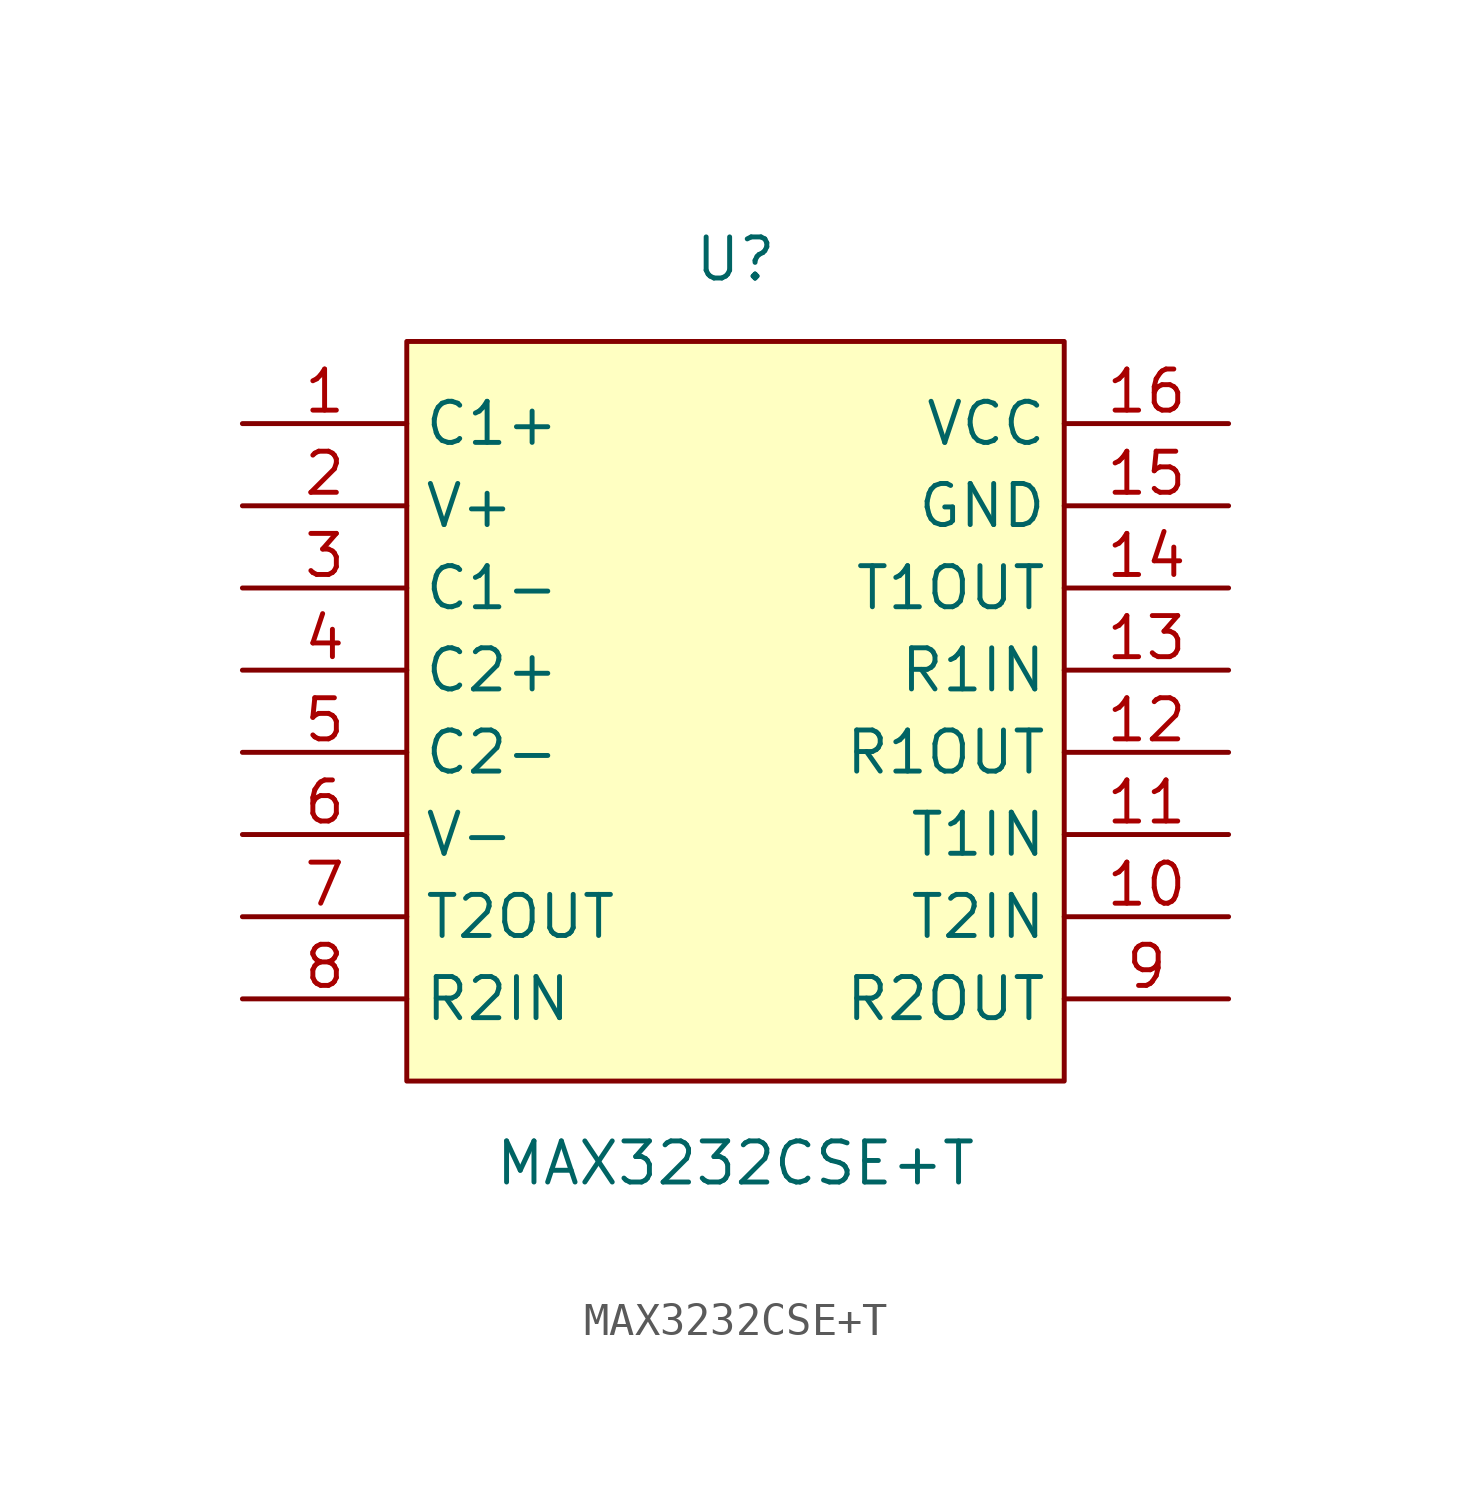
<source format=kicad_sym>
(kicad_symbol_lib
  (version 20241209)
  (generator "kicad_symbol_editor")
  (generator_version "9.0")
  (symbol "MAX3232CSE+T"
    (property "Reference" "U"
      (at 0 13.97 0)
      (effects (font (size 1.27 1.27))))
    (property "Value" "MAX3232CSE+T"
      (at 0 -13.97 0)
      (effects (font (size 1.27 1.27))))
    (symbol "MAX3232CSE+T_0_1"
      (rectangle (start -10.16 11.43) (end 10.16 -11.43) (stroke (width 0) (type default)) (fill (type background)))
      (pin unspecified line (at -15.24 8.89 0) (length 5.08) (name "C1+" (effects (font (size 1.27 1.27)))) (number "1" (effects (font (size 1.27 1.27)))))
      (pin unspecified line (at -15.24 6.35 0) (length 5.08) (name "V+" (effects (font (size 1.27 1.27)))) (number "2" (effects (font (size 1.27 1.27)))))
      (pin unspecified line (at -15.24 3.81 0) (length 5.08) (name "C1-" (effects (font (size 1.27 1.27)))) (number "3" (effects (font (size 1.27 1.27)))))
      (pin unspecified line (at -15.24 1.27 0) (length 5.08) (name "C2+" (effects (font (size 1.27 1.27)))) (number "4" (effects (font (size 1.27 1.27)))))
      (pin unspecified line (at -15.24 -1.27 0) (length 5.08) (name "C2-" (effects (font (size 1.27 1.27)))) (number "5" (effects (font (size 1.27 1.27)))))
      (pin unspecified line (at -15.24 -3.81 0) (length 5.08) (name "V-" (effects (font (size 1.27 1.27)))) (number "6" (effects (font (size 1.27 1.27)))))
      (pin unspecified line (at -15.24 -6.35 0) (length 5.08) (name "T2OUT" (effects (font (size 1.27 1.27)))) (number "7" (effects (font (size 1.27 1.27)))))
      (pin unspecified line (at -15.24 -8.89 0) (length 5.08) (name "R2IN" (effects (font (size 1.27 1.27)))) (number "8" (effects (font (size 1.27 1.27)))))
      (pin unspecified line (at 15.24 8.89 180) (length 5.08) (name "VCC" (effects (font (size 1.27 1.27)))) (number "16" (effects (font (size 1.27 1.27)))))
      (pin unspecified line (at 15.24 6.35 180) (length 5.08) (name "GND" (effects (font (size 1.27 1.27)))) (number "15" (effects (font (size 1.27 1.27)))))
      (pin unspecified line (at 15.24 3.81 180) (length 5.08) (name "T1OUT" (effects (font (size 1.27 1.27)))) (number "14" (effects (font (size 1.27 1.27)))))
      (pin unspecified line (at 15.24 1.27 180) (length 5.08) (name "R1IN" (effects (font (size 1.27 1.27)))) (number "13" (effects (font (size 1.27 1.27)))))
      (pin unspecified line (at 15.24 -1.27 180) (length 5.08) (name "R1OUT" (effects (font (size 1.27 1.27)))) (number "12" (effects (font (size 1.27 1.27)))))
      (pin unspecified line (at 15.24 -3.81 180) (length 5.08) (name "T1IN" (effects (font (size 1.27 1.27)))) (number "11" (effects (font (size 1.27 1.27)))))
      (pin unspecified line (at 15.24 -6.35 180) (length 5.08) (name "T2IN" (effects (font (size 1.27 1.27)))) (number "10" (effects (font (size 1.27 1.27)))))
      (pin unspecified line (at 15.24 -8.89 180) (length 5.08) (name "R2OUT" (effects (font (size 1.27 1.27)))) (number "9" (effects (font (size 1.27 1.27))))))))
</source>
